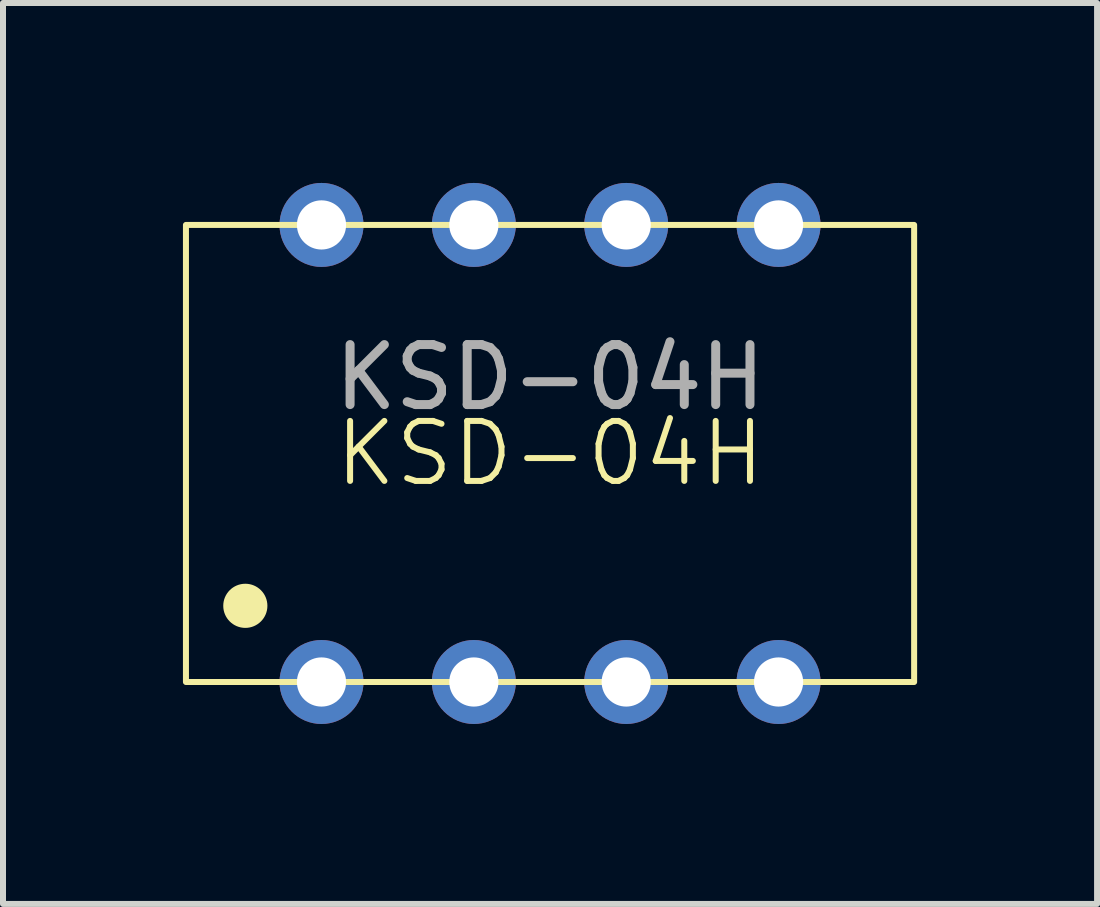
<source format=kicad_pcb>
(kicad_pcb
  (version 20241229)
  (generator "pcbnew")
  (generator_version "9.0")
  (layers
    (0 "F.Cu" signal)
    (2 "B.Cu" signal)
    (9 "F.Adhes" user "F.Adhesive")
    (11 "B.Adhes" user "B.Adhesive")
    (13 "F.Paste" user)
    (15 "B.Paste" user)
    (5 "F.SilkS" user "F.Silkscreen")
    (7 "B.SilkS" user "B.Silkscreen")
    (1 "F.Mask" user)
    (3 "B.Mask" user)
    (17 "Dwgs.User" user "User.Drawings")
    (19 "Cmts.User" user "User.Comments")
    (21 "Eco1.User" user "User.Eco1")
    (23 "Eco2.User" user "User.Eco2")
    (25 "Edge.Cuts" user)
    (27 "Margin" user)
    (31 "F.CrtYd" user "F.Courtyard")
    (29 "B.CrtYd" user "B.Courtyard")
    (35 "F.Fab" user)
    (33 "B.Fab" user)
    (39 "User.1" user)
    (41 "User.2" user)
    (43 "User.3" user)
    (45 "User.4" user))
  (footprint "KSD-04H"
    (layer "F.Cu")
    (at 7.39 5.78)
    (property "Reference" "KSD-04H" (at -1.27 -1.27 0) (unlocked yes) (layer "F.SilkS") (effects (font (size 1 1) (thickness 0.1))))
    (attr through_hole)
    (fp_rect (start -7.34 -5.08) (end 4.8 2.54) (stroke (width 0.1) (type default)) (fill no) (layer "F.SilkS"))
    (fp_circle (center -6.35 1.27) (end -6.032 1.27) (stroke (width 0.1) (type solid)) (fill yes) (layer "F.SilkS"))
    (fp_text user "${REFERENCE}" (at -1.27 -2.54 0) (unlocked yes) (layer "F.Fab") (effects (font (size 1 1) (thickness 0.15))))
    (pad "1" thru_hole circle (at -5.08 2.54) (size 1.4 1.4) (drill 0.82) (layers "*.Cu" "*.Mask"))
    (pad "2" thru_hole circle (at -2.54 2.54) (size 1.4 1.4) (drill 0.82) (layers "*.Cu" "*.Mask"))
    (pad "3" thru_hole circle (at 0 2.54) (size 1.4 1.4) (drill 0.82) (layers "*.Cu" "*.Mask"))
    (pad "4" thru_hole circle (at 2.54 2.54) (size 1.4 1.4) (drill 0.82) (layers "*.Cu" "*.Mask"))
    (pad "5" thru_hole circle (at 2.54 -5.08) (size 1.4 1.4) (drill 0.82) (layers "*.Cu" "*.Mask"))
    (pad "6" thru_hole circle (at 0 -5.08) (size 1.4 1.4) (drill 0.82) (layers "*.Cu" "*.Mask"))
    (pad "7" thru_hole circle (at -2.54 -5.08) (size 1.4 1.4) (drill 0.82) (layers "*.Cu" "*.Mask"))
    (pad "8" thru_hole circle (at -5.08 -5.08) (size 1.4 1.4) (drill 0.82) (layers "*.Cu" "*.Mask")))
  (gr_rect
    (start -3 -3)
    (end 15.24 12.02)
    (stroke (width 0.1) (type default))
    (fill no)
    (layer "Edge.Cuts")))
</source>
